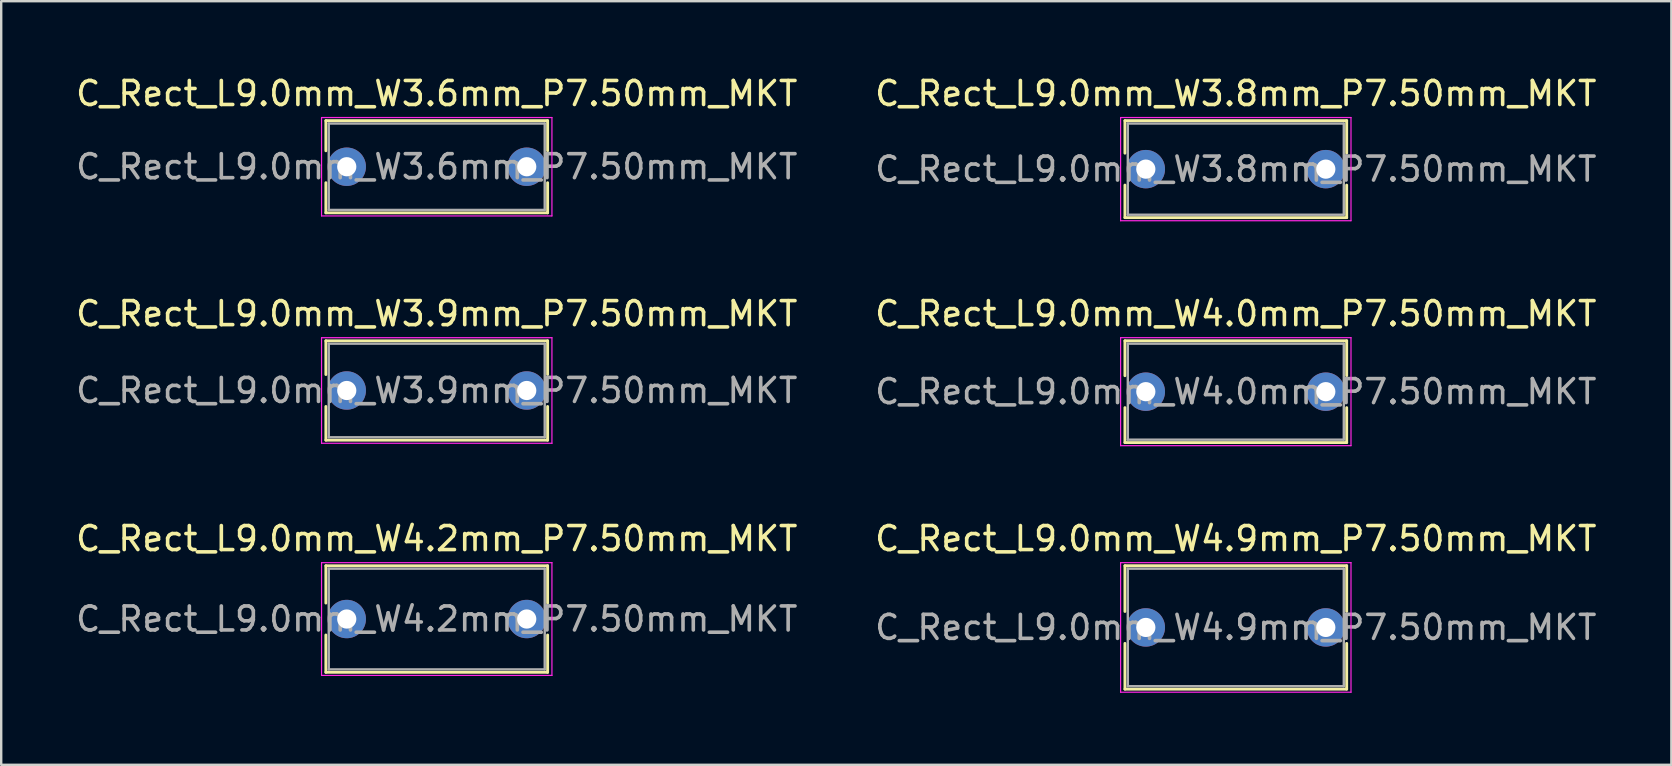
<source format=kicad_pcb>
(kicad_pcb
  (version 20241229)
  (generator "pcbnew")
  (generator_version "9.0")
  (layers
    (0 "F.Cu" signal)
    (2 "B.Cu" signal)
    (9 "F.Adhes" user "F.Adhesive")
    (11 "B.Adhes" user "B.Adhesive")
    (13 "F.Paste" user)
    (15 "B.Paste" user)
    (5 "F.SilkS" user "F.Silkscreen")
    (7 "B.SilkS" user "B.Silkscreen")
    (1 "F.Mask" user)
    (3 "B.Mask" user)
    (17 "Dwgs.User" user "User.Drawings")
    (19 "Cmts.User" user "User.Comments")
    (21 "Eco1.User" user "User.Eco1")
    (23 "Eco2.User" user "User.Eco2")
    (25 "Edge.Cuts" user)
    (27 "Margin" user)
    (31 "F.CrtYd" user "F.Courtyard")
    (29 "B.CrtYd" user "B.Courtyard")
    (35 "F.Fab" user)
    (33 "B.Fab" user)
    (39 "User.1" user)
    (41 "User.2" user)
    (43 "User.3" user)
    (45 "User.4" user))
  (footprint "C_Rect_L9.0mm_W4.0mm_P7.50mm_MKT"
    (layer "F.Cu")
    (at 44.696 13.271)
    (property "Reference" "C_Rect_L9.0mm_W4.0mm_P7.50mm_MKT" (at 3.75 -3.25 0) (layer "F.SilkS") (effects (font (size 1 1) (thickness 0.15))))
    (attr through_hole)
    (fp_line (start -0.87 -2.12) (end -0.87 -0.665) (stroke (width 0.12) (type solid)) (layer "F.SilkS"))
    (fp_line (start -0.87 -2.12) (end 8.37 -2.12) (stroke (width 0.12) (type solid)) (layer "F.SilkS"))
    (fp_line (start -0.87 0.665) (end -0.87 2.12) (stroke (width 0.12) (type solid)) (layer "F.SilkS"))
    (fp_line (start -0.87 2.12) (end 8.37 2.12) (stroke (width 0.12) (type solid)) (layer "F.SilkS"))
    (fp_line (start 8.37 -2.12) (end 8.37 -0.665) (stroke (width 0.12) (type solid)) (layer "F.SilkS"))
    (fp_line (start 8.37 0.665) (end 8.37 2.12) (stroke (width 0.12) (type solid)) (layer "F.SilkS"))
    (fp_line (start -1.05 -2.25) (end -1.05 2.25) (stroke (width 0.05) (type solid)) (layer "F.CrtYd"))
    (fp_line (start -1.05 2.25) (end 8.55 2.25) (stroke (width 0.05) (type solid)) (layer "F.CrtYd"))
    (fp_line (start 8.55 -2.25) (end -1.05 -2.25) (stroke (width 0.05) (type solid)) (layer "F.CrtYd"))
    (fp_line (start 8.55 2.25) (end 8.55 -2.25) (stroke (width 0.05) (type solid)) (layer "F.CrtYd"))
    (fp_line (start -0.75 -2) (end -0.75 2) (stroke (width 0.1) (type solid)) (layer "F.Fab"))
    (fp_line (start -0.75 2) (end 8.25 2) (stroke (width 0.1) (type solid)) (layer "F.Fab"))
    (fp_line (start 8.25 -2) (end -0.75 -2) (stroke (width 0.1) (type solid)) (layer "F.Fab"))
    (fp_line (start 8.25 2) (end 8.25 -2) (stroke (width 0.1) (type solid)) (layer "F.Fab"))
    (fp_text user "${REFERENCE}" (at 3.75 0 0) (layer "F.Fab") (effects (font (size 1 1) (thickness 0.15))))
    (pad "1" thru_hole circle (at 0 0) (size 1.6 1.6) (drill 0.8) (layers "*.Cu" "*.Mask"))
    (pad "2" thru_hole circle (at 7.5 0) (size 1.6 1.6) (drill 0.8) (layers "*.Cu" "*.Mask")))
  (footprint "C_Rect_L9.0mm_W3.6mm_P7.50mm_MKT"
    (layer "F.Cu")
    (at 11.399 3.898)
    (property "Reference" "C_Rect_L9.0mm_W3.6mm_P7.50mm_MKT" (at 3.75 -3.05 0) (layer "F.SilkS") (effects (font (size 1 1) (thickness 0.15))))
    (attr through_hole)
    (fp_line (start -0.87 -1.92) (end -0.87 -0.665) (stroke (width 0.12) (type solid)) (layer "F.SilkS"))
    (fp_line (start -0.87 -1.92) (end 8.37 -1.92) (stroke (width 0.12) (type solid)) (layer "F.SilkS"))
    (fp_line (start -0.87 0.665) (end -0.87 1.92) (stroke (width 0.12) (type solid)) (layer "F.SilkS"))
    (fp_line (start -0.87 1.92) (end 8.37 1.92) (stroke (width 0.12) (type solid)) (layer "F.SilkS"))
    (fp_line (start 8.37 -1.92) (end 8.37 -0.665) (stroke (width 0.12) (type solid)) (layer "F.SilkS"))
    (fp_line (start 8.37 0.665) (end 8.37 1.92) (stroke (width 0.12) (type solid)) (layer "F.SilkS"))
    (fp_line (start -1.05 -2.05) (end -1.05 2.05) (stroke (width 0.05) (type solid)) (layer "F.CrtYd"))
    (fp_line (start -1.05 2.05) (end 8.55 2.05) (stroke (width 0.05) (type solid)) (layer "F.CrtYd"))
    (fp_line (start 8.55 -2.05) (end -1.05 -2.05) (stroke (width 0.05) (type solid)) (layer "F.CrtYd"))
    (fp_line (start 8.55 2.05) (end 8.55 -2.05) (stroke (width 0.05) (type solid)) (layer "F.CrtYd"))
    (fp_line (start -0.75 -1.8) (end -0.75 1.8) (stroke (width 0.1) (type solid)) (layer "F.Fab"))
    (fp_line (start -0.75 1.8) (end 8.25 1.8) (stroke (width 0.1) (type solid)) (layer "F.Fab"))
    (fp_line (start 8.25 -1.8) (end -0.75 -1.8) (stroke (width 0.1) (type solid)) (layer "F.Fab"))
    (fp_line (start 8.25 1.8) (end 8.25 -1.8) (stroke (width 0.1) (type solid)) (layer "F.Fab"))
    (fp_text user "${REFERENCE}" (at 3.75 0 0) (layer "F.Fab") (effects (font (size 1 1) (thickness 0.15))))
    (pad "1" thru_hole circle (at 0 0) (size 1.6 1.6) (drill 0.8) (layers "*.Cu" "*.Mask"))
    (pad "2" thru_hole circle (at 7.5 0) (size 1.6 1.6) (drill 0.8) (layers "*.Cu" "*.Mask")))
  (footprint "C_Rect_L9.0mm_W3.9mm_P7.50mm_MKT"
    (layer "F.Cu")
    (at 11.399 13.222)
    (property "Reference" "C_Rect_L9.0mm_W3.9mm_P7.50mm_MKT" (at 3.75 -3.2 0) (layer "F.SilkS") (effects (font (size 1 1) (thickness 0.15))))
    (attr through_hole)
    (fp_line (start -0.87 -2.07) (end -0.87 -0.665) (stroke (width 0.12) (type solid)) (layer "F.SilkS"))
    (fp_line (start -0.87 -2.07) (end 8.37 -2.07) (stroke (width 0.12) (type solid)) (layer "F.SilkS"))
    (fp_line (start -0.87 0.665) (end -0.87 2.07) (stroke (width 0.12) (type solid)) (layer "F.SilkS"))
    (fp_line (start -0.87 2.07) (end 8.37 2.07) (stroke (width 0.12) (type solid)) (layer "F.SilkS"))
    (fp_line (start 8.37 -2.07) (end 8.37 -0.665) (stroke (width 0.12) (type solid)) (layer "F.SilkS"))
    (fp_line (start 8.37 0.665) (end 8.37 2.07) (stroke (width 0.12) (type solid)) (layer "F.SilkS"))
    (fp_line (start -1.05 -2.2) (end -1.05 2.2) (stroke (width 0.05) (type solid)) (layer "F.CrtYd"))
    (fp_line (start -1.05 2.2) (end 8.55 2.2) (stroke (width 0.05) (type solid)) (layer "F.CrtYd"))
    (fp_line (start 8.55 -2.2) (end -1.05 -2.2) (stroke (width 0.05) (type solid)) (layer "F.CrtYd"))
    (fp_line (start 8.55 2.2) (end 8.55 -2.2) (stroke (width 0.05) (type solid)) (layer "F.CrtYd"))
    (fp_line (start -0.75 -1.95) (end -0.75 1.95) (stroke (width 0.1) (type solid)) (layer "F.Fab"))
    (fp_line (start -0.75 1.95) (end 8.25 1.95) (stroke (width 0.1) (type solid)) (layer "F.Fab"))
    (fp_line (start 8.25 -1.95) (end -0.75 -1.95) (stroke (width 0.1) (type solid)) (layer "F.Fab"))
    (fp_line (start 8.25 1.95) (end 8.25 -1.95) (stroke (width 0.1) (type solid)) (layer "F.Fab"))
    (fp_text user "${REFERENCE}" (at 3.75 0 0) (layer "F.Fab") (effects (font (size 1 1) (thickness 0.15))))
    (pad "1" thru_hole circle (at 0 0) (size 1.6 1.6) (drill 0.8) (layers "*.Cu" "*.Mask"))
    (pad "2" thru_hole circle (at 7.5 0) (size 1.6 1.6) (drill 0.8) (layers "*.Cu" "*.Mask")))
  (footprint "C_Rect_L9.0mm_W4.2mm_P7.50mm_MKT"
    (layer "F.Cu")
    (at 11.399 22.745)
    (property "Reference" "C_Rect_L9.0mm_W4.2mm_P7.50mm_MKT" (at 3.75 -3.35 0) (layer "F.SilkS") (effects (font (size 1 1) (thickness 0.15))))
    (attr through_hole)
    (fp_line (start -0.87 -2.22) (end -0.87 -0.665) (stroke (width 0.12) (type solid)) (layer "F.SilkS"))
    (fp_line (start -0.87 -2.22) (end 8.37 -2.22) (stroke (width 0.12) (type solid)) (layer "F.SilkS"))
    (fp_line (start -0.87 0.665) (end -0.87 2.22) (stroke (width 0.12) (type solid)) (layer "F.SilkS"))
    (fp_line (start -0.87 2.22) (end 8.37 2.22) (stroke (width 0.12) (type solid)) (layer "F.SilkS"))
    (fp_line (start 8.37 -2.22) (end 8.37 -0.665) (stroke (width 0.12) (type solid)) (layer "F.SilkS"))
    (fp_line (start 8.37 0.665) (end 8.37 2.22) (stroke (width 0.12) (type solid)) (layer "F.SilkS"))
    (fp_line (start -1.05 -2.35) (end -1.05 2.35) (stroke (width 0.05) (type solid)) (layer "F.CrtYd"))
    (fp_line (start -1.05 2.35) (end 8.55 2.35) (stroke (width 0.05) (type solid)) (layer "F.CrtYd"))
    (fp_line (start 8.55 -2.35) (end -1.05 -2.35) (stroke (width 0.05) (type solid)) (layer "F.CrtYd"))
    (fp_line (start 8.55 2.35) (end 8.55 -2.35) (stroke (width 0.05) (type solid)) (layer "F.CrtYd"))
    (fp_line (start -0.75 -2.1) (end -0.75 2.1) (stroke (width 0.1) (type solid)) (layer "F.Fab"))
    (fp_line (start -0.75 2.1) (end 8.25 2.1) (stroke (width 0.1) (type solid)) (layer "F.Fab"))
    (fp_line (start 8.25 -2.1) (end -0.75 -2.1) (stroke (width 0.1) (type solid)) (layer "F.Fab"))
    (fp_line (start 8.25 2.1) (end 8.25 -2.1) (stroke (width 0.1) (type solid)) (layer "F.Fab"))
    (fp_text user "${REFERENCE}" (at 3.75 0 0) (layer "F.Fab") (effects (font (size 1 1) (thickness 0.15))))
    (pad "1" thru_hole circle (at 0 0) (size 1.6 1.6) (drill 0.8) (layers "*.Cu" "*.Mask"))
    (pad "2" thru_hole circle (at 7.5 0) (size 1.6 1.6) (drill 0.8) (layers "*.Cu" "*.Mask")))
  (footprint "C_Rect_L9.0mm_W3.8mm_P7.50mm_MKT"
    (layer "F.Cu")
    (at 44.696 3.998)
    (property "Reference" "C_Rect_L9.0mm_W3.8mm_P7.50mm_MKT" (at 3.75 -3.15 0) (layer "F.SilkS") (effects (font (size 1 1) (thickness 0.15))))
    (attr through_hole)
    (fp_line (start -0.87 -2.02) (end -0.87 -0.665) (stroke (width 0.12) (type solid)) (layer "F.SilkS"))
    (fp_line (start -0.87 -2.02) (end 8.37 -2.02) (stroke (width 0.12) (type solid)) (layer "F.SilkS"))
    (fp_line (start -0.87 0.665) (end -0.87 2.02) (stroke (width 0.12) (type solid)) (layer "F.SilkS"))
    (fp_line (start -0.87 2.02) (end 8.37 2.02) (stroke (width 0.12) (type solid)) (layer "F.SilkS"))
    (fp_line (start 8.37 -2.02) (end 8.37 -0.665) (stroke (width 0.12) (type solid)) (layer "F.SilkS"))
    (fp_line (start 8.37 0.665) (end 8.37 2.02) (stroke (width 0.12) (type solid)) (layer "F.SilkS"))
    (fp_line (start -1.05 -2.15) (end -1.05 2.15) (stroke (width 0.05) (type solid)) (layer "F.CrtYd"))
    (fp_line (start -1.05 2.15) (end 8.55 2.15) (stroke (width 0.05) (type solid)) (layer "F.CrtYd"))
    (fp_line (start 8.55 -2.15) (end -1.05 -2.15) (stroke (width 0.05) (type solid)) (layer "F.CrtYd"))
    (fp_line (start 8.55 2.15) (end 8.55 -2.15) (stroke (width 0.05) (type solid)) (layer "F.CrtYd"))
    (fp_line (start -0.75 -1.9) (end -0.75 1.9) (stroke (width 0.1) (type solid)) (layer "F.Fab"))
    (fp_line (start -0.75 1.9) (end 8.25 1.9) (stroke (width 0.1) (type solid)) (layer "F.Fab"))
    (fp_line (start 8.25 -1.9) (end -0.75 -1.9) (stroke (width 0.1) (type solid)) (layer "F.Fab"))
    (fp_line (start 8.25 1.9) (end 8.25 -1.9) (stroke (width 0.1) (type solid)) (layer "F.Fab"))
    (fp_text user "${REFERENCE}" (at 3.75 0 0) (layer "F.Fab") (effects (font (size 1 1) (thickness 0.15))))
    (pad "1" thru_hole circle (at 0 0) (size 1.6 1.6) (drill 0.8) (layers "*.Cu" "*.Mask"))
    (pad "2" thru_hole circle (at 7.5 0) (size 1.6 1.6) (drill 0.8) (layers "*.Cu" "*.Mask")))
  (footprint "C_Rect_L9.0mm_W4.9mm_P7.50mm_MKT"
    (layer "F.Cu")
    (at 44.696 23.095)
    (property "Reference" "C_Rect_L9.0mm_W4.9mm_P7.50mm_MKT" (at 3.75 -3.7 0) (layer "F.SilkS") (effects (font (size 1 1) (thickness 0.15))))
    (attr through_hole)
    (fp_line (start -0.87 -2.571) (end -0.87 -0.665) (stroke (width 0.12) (type solid)) (layer "F.SilkS"))
    (fp_line (start -0.87 -2.571) (end 8.37 -2.571) (stroke (width 0.12) (type solid)) (layer "F.SilkS"))
    (fp_line (start -0.87 0.665) (end -0.87 2.571) (stroke (width 0.12) (type solid)) (layer "F.SilkS"))
    (fp_line (start -0.87 2.571) (end 8.37 2.571) (stroke (width 0.12) (type solid)) (layer "F.SilkS"))
    (fp_line (start 8.37 -2.571) (end 8.37 -0.665) (stroke (width 0.12) (type solid)) (layer "F.SilkS"))
    (fp_line (start 8.37 0.665) (end 8.37 2.571) (stroke (width 0.12) (type solid)) (layer "F.SilkS"))
    (fp_line (start -1.05 -2.7) (end -1.05 2.7) (stroke (width 0.05) (type solid)) (layer "F.CrtYd"))
    (fp_line (start -1.05 2.7) (end 8.55 2.7) (stroke (width 0.05) (type solid)) (layer "F.CrtYd"))
    (fp_line (start 8.55 -2.7) (end -1.05 -2.7) (stroke (width 0.05) (type solid)) (layer "F.CrtYd"))
    (fp_line (start 8.55 2.7) (end 8.55 -2.7) (stroke (width 0.05) (type solid)) (layer "F.CrtYd"))
    (fp_line (start -0.75 -2.45) (end -0.75 2.45) (stroke (width 0.1) (type solid)) (layer "F.Fab"))
    (fp_line (start -0.75 2.45) (end 8.25 2.45) (stroke (width 0.1) (type solid)) (layer "F.Fab"))
    (fp_line (start 8.25 -2.45) (end -0.75 -2.45) (stroke (width 0.1) (type solid)) (layer "F.Fab"))
    (fp_line (start 8.25 2.45) (end 8.25 -2.45) (stroke (width 0.1) (type solid)) (layer "F.Fab"))
    (fp_text user "${REFERENCE}" (at 3.75 0 0) (layer "F.Fab") (effects (font (size 1 1) (thickness 0.15))))
    (pad "1" thru_hole circle (at 0 0) (size 1.6 1.6) (drill 0.8) (layers "*.Cu" "*.Mask"))
    (pad "2" thru_hole circle (at 7.5 0) (size 1.6 1.6) (drill 0.8) (layers "*.Cu" "*.Mask")))
  (gr_rect
    (start -3 -3)
    (end 66.595 28.82)
    (stroke (width 0.1) (type default))
    (fill no)
    (layer "Edge.Cuts")))
</source>
